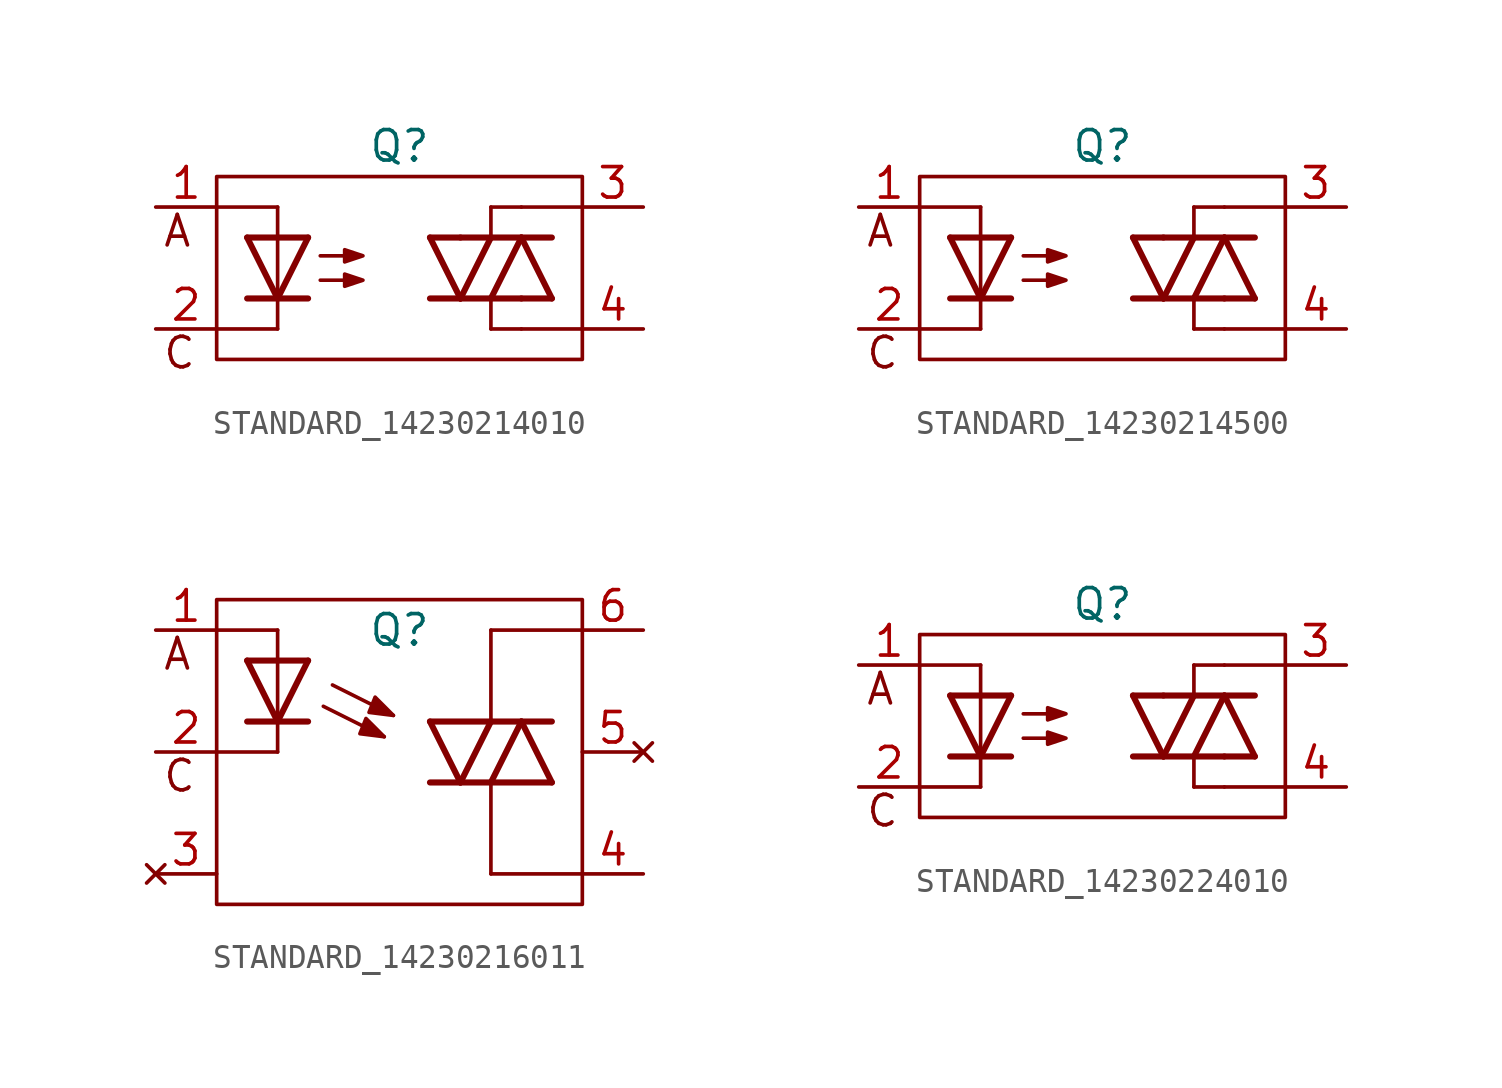
<source format=kicad_sym>
(kicad_symbol_lib
  (version 20220914)
  (generator kicad_symbol_editor)
  (symbol "STANDARD_14230214010"
    (pin_names hide)
    (property "Reference" "Q"
      (at 0 5.08 0)
      (effects (font (size 1.27 1.27))))
    (symbol "STANDARD_14230214010_0_0"
      (rectangle (start -7.62 3.81) (end 7.62 -3.81) (stroke (width 0) (type default)) (fill (type none)))
      (polyline (pts (xy -5.08 -2.54) (xy -7.62 -2.54)) (stroke (width 0.152) (type default)) (fill (type none)))
      (polyline (pts (xy -5.08 -1.27) (xy -6.35 -1.27)) (stroke (width 0.254) (type default)) (fill (type none)))
      (polyline (pts (xy -5.08 -1.27) (xy -6.35 1.27)) (stroke (width 0.254) (type default)) (fill (type none)))
      (polyline (pts (xy -5.08 -1.27) (xy -5.08 -2.54)) (stroke (width 0.152) (type default)) (fill (type none)))
      (polyline (pts (xy -5.08 1.27) (xy -6.35 1.27)) (stroke (width 0.254) (type default)) (fill (type none)))
      (polyline (pts (xy -5.08 1.27) (xy -5.08 -1.27)) (stroke (width 0.152) (type default)) (fill (type none)))
      (polyline (pts (xy -5.08 1.27) (xy -5.08 2.54)) (stroke (width 0.152) (type default)) (fill (type none)))
      (polyline (pts (xy -5.08 2.54) (xy -7.62 2.54)) (stroke (width 0.152) (type default)) (fill (type none)))
      (polyline (pts (xy -3.81 -1.27) (xy -5.08 -1.27)) (stroke (width 0.254) (type default)) (fill (type none)))
      (polyline (pts (xy -3.81 1.27) (xy -5.08 -1.27)) (stroke (width 0.254) (type default)) (fill (type none)))
      (polyline (pts (xy -3.81 1.27) (xy -5.08 1.27)) (stroke (width 0.254) (type default)) (fill (type none)))
      (polyline (pts (xy -3.302 -0.508) (xy -2.032 -0.508)) (stroke (width 0.152) (type default)) (fill (type none)))
      (polyline (pts (xy -3.302 0.508) (xy -2.032 0.508)) (stroke (width 0.152) (type default)) (fill (type none)))
      (polyline (pts (xy 2.54 -1.27) (xy 1.27 -1.27)) (stroke (width 0.254) (type default)) (fill (type none)))
      (polyline (pts (xy 2.54 -1.27) (xy 1.27 1.27)) (stroke (width 0.254) (type default)) (fill (type none)))
      (polyline (pts (xy 2.54 1.27) (xy 1.27 1.27)) (stroke (width 0.254) (type default)) (fill (type none)))
      (polyline (pts (xy 3.81 -2.54) (xy 5.08 -2.54)) (stroke (width 0.152) (type default)) (fill (type none)))
      (polyline (pts (xy 3.81 -1.27) (xy 2.54 -1.27)) (stroke (width 0.254) (type default)) (fill (type none)))
      (polyline (pts (xy 3.81 -1.27) (xy 3.81 -2.54)) (stroke (width 0.152) (type default)) (fill (type none)))
      (polyline (pts (xy 3.81 -1.27) (xy 5.08 -1.27)) (stroke (width 0.254) (type default)) (fill (type none)))
      (polyline (pts (xy 3.81 -1.27) (xy 5.08 1.27)) (stroke (width 0.254) (type default)) (fill (type none)))
      (polyline (pts (xy 3.81 1.27) (xy 2.54 -1.27)) (stroke (width 0.254) (type default)) (fill (type none)))
      (polyline (pts (xy 3.81 1.27) (xy 2.54 1.27)) (stroke (width 0.254) (type default)) (fill (type none)))
      (polyline (pts (xy 3.81 1.27) (xy 3.81 2.54)) (stroke (width 0.152) (type default)) (fill (type none)))
      (polyline (pts (xy 3.81 1.27) (xy 5.08 1.27)) (stroke (width 0.254) (type default)) (fill (type none)))
      (polyline (pts (xy 5.08 -1.27) (xy 6.35 -1.27)) (stroke (width 0.254) (type default)) (fill (type none)))
      (polyline (pts (xy 5.08 1.27) (xy 6.35 -1.27)) (stroke (width 0.254) (type default)) (fill (type none)))
      (polyline (pts (xy 5.08 1.27) (xy 6.35 1.27)) (stroke (width 0.254) (type default)) (fill (type none)))
      (polyline (pts (xy 5.08 2.54) (xy 3.81 2.54)) (stroke (width 0.152) (type default)) (fill (type none)))
      (polyline (pts (xy 7.62 -2.54) (xy 5.08 -2.54)) (stroke (width 0.152) (type default)) (fill (type none)))
      (polyline (pts (xy 7.62 2.54) (xy 5.08 2.54)) (stroke (width 0.152) (type default)) (fill (type none)))
      (polyline (pts (xy -2.286 -0.254) (xy -1.524 -0.508) (xy -2.286 -0.762) (xy -2.286 -0.254)) (stroke (width 0.152) (type default)) (fill (type outline)))
      (polyline (pts (xy -2.286 0.762) (xy -1.524 0.508) (xy -2.286 0.254) (xy -2.286 0.762)) (stroke (width 0.152) (type default)) (fill (type outline)))
      (text "A" (at -9.906 2.286 0) (effects (font (size 1.27 1.27)) (justify left top)))
      (text "C" (at -9.906 -2.794 0) (effects (font (size 1.27 1.27)) (justify left top))))
    (symbol "STANDARD_14230214010_1_0"
      (pin passive line (at -10.16 2.54 0) (length 2.54) (name "Anode" (effects (font (size 1.27 1.27)))) (number "1" (effects (font (size 1.27 1.27)))))
      (pin passive line (at -10.16 -2.54 0) (length 2.54) (name "Cathode" (effects (font (size 1.27 1.27)))) (number "2" (effects (font (size 1.27 1.27)))))
      (pin passive line (at 10.16 2.54 180) (length 2.54) (name "Teminal" (effects (font (size 1.27 1.27)))) (number "3" (effects (font (size 1.27 1.27)))))
      (pin passive line (at 10.16 -2.54 180) (length 2.54) (name "Teminal" (effects (font (size 1.27 1.27)))) (number "4" (effects (font (size 1.27 1.27)))))))
  (symbol "STANDARD_14230214500"
    (pin_names hide)
    (property "Reference" "Q"
      (at 0 5.08 0)
      (effects (font (size 1.27 1.27))))
    (symbol "STANDARD_14230214500_0_0"
      (rectangle (start -7.62 3.81) (end 7.62 -3.81) (stroke (width 0) (type default)) (fill (type none)))
      (polyline (pts (xy -5.08 -2.54) (xy -7.62 -2.54)) (stroke (width 0.152) (type default)) (fill (type none)))
      (polyline (pts (xy -5.08 -1.27) (xy -6.35 -1.27)) (stroke (width 0.254) (type default)) (fill (type none)))
      (polyline (pts (xy -5.08 -1.27) (xy -6.35 1.27)) (stroke (width 0.254) (type default)) (fill (type none)))
      (polyline (pts (xy -5.08 -1.27) (xy -5.08 -2.54)) (stroke (width 0.152) (type default)) (fill (type none)))
      (polyline (pts (xy -5.08 1.27) (xy -6.35 1.27)) (stroke (width 0.254) (type default)) (fill (type none)))
      (polyline (pts (xy -5.08 1.27) (xy -5.08 -1.27)) (stroke (width 0.152) (type default)) (fill (type none)))
      (polyline (pts (xy -5.08 1.27) (xy -5.08 2.54)) (stroke (width 0.152) (type default)) (fill (type none)))
      (polyline (pts (xy -5.08 2.54) (xy -7.62 2.54)) (stroke (width 0.152) (type default)) (fill (type none)))
      (polyline (pts (xy -3.81 -1.27) (xy -5.08 -1.27)) (stroke (width 0.254) (type default)) (fill (type none)))
      (polyline (pts (xy -3.81 1.27) (xy -5.08 -1.27)) (stroke (width 0.254) (type default)) (fill (type none)))
      (polyline (pts (xy -3.81 1.27) (xy -5.08 1.27)) (stroke (width 0.254) (type default)) (fill (type none)))
      (polyline (pts (xy -3.302 -0.508) (xy -2.032 -0.508)) (stroke (width 0.152) (type default)) (fill (type none)))
      (polyline (pts (xy -3.302 0.508) (xy -2.032 0.508)) (stroke (width 0.152) (type default)) (fill (type none)))
      (polyline (pts (xy 2.54 -1.27) (xy 1.27 -1.27)) (stroke (width 0.254) (type default)) (fill (type none)))
      (polyline (pts (xy 2.54 -1.27) (xy 1.27 1.27)) (stroke (width 0.254) (type default)) (fill (type none)))
      (polyline (pts (xy 2.54 1.27) (xy 1.27 1.27)) (stroke (width 0.254) (type default)) (fill (type none)))
      (polyline (pts (xy 3.81 -2.54) (xy 5.08 -2.54)) (stroke (width 0.152) (type default)) (fill (type none)))
      (polyline (pts (xy 3.81 -1.27) (xy 2.54 -1.27)) (stroke (width 0.254) (type default)) (fill (type none)))
      (polyline (pts (xy 3.81 -1.27) (xy 3.81 -2.54)) (stroke (width 0.152) (type default)) (fill (type none)))
      (polyline (pts (xy 3.81 -1.27) (xy 5.08 -1.27)) (stroke (width 0.254) (type default)) (fill (type none)))
      (polyline (pts (xy 3.81 -1.27) (xy 5.08 1.27)) (stroke (width 0.254) (type default)) (fill (type none)))
      (polyline (pts (xy 3.81 1.27) (xy 2.54 -1.27)) (stroke (width 0.254) (type default)) (fill (type none)))
      (polyline (pts (xy 3.81 1.27) (xy 2.54 1.27)) (stroke (width 0.254) (type default)) (fill (type none)))
      (polyline (pts (xy 3.81 1.27) (xy 3.81 2.54)) (stroke (width 0.152) (type default)) (fill (type none)))
      (polyline (pts (xy 3.81 1.27) (xy 5.08 1.27)) (stroke (width 0.254) (type default)) (fill (type none)))
      (polyline (pts (xy 5.08 -1.27) (xy 6.35 -1.27)) (stroke (width 0.254) (type default)) (fill (type none)))
      (polyline (pts (xy 5.08 1.27) (xy 6.35 -1.27)) (stroke (width 0.254) (type default)) (fill (type none)))
      (polyline (pts (xy 5.08 1.27) (xy 6.35 1.27)) (stroke (width 0.254) (type default)) (fill (type none)))
      (polyline (pts (xy 5.08 2.54) (xy 3.81 2.54)) (stroke (width 0.152) (type default)) (fill (type none)))
      (polyline (pts (xy 7.62 -2.54) (xy 5.08 -2.54)) (stroke (width 0.152) (type default)) (fill (type none)))
      (polyline (pts (xy 7.62 2.54) (xy 5.08 2.54)) (stroke (width 0.152) (type default)) (fill (type none)))
      (polyline (pts (xy -2.286 -0.254) (xy -1.524 -0.508) (xy -2.286 -0.762) (xy -2.286 -0.254)) (stroke (width 0.152) (type default)) (fill (type outline)))
      (polyline (pts (xy -2.286 0.762) (xy -1.524 0.508) (xy -2.286 0.254) (xy -2.286 0.762)) (stroke (width 0.152) (type default)) (fill (type outline)))
      (text "A" (at -9.906 2.286 0) (effects (font (size 1.27 1.27)) (justify left top)))
      (text "C" (at -9.906 -2.794 0) (effects (font (size 1.27 1.27)) (justify left top))))
    (symbol "STANDARD_14230214500_1_0"
      (pin passive line (at -10.16 2.54 0) (length 2.54) (name "Anode" (effects (font (size 1.27 1.27)))) (number "1" (effects (font (size 1.27 1.27)))))
      (pin passive line (at -10.16 -2.54 0) (length 2.54) (name "Cathode" (effects (font (size 1.27 1.27)))) (number "2" (effects (font (size 1.27 1.27)))))
      (pin passive line (at 10.16 2.54 180) (length 2.54) (name "Teminal" (effects (font (size 1.27 1.27)))) (number "3" (effects (font (size 1.27 1.27)))))
      (pin passive line (at 10.16 -2.54 180) (length 2.54) (name "Teminal" (effects (font (size 1.27 1.27)))) (number "4" (effects (font (size 1.27 1.27)))))))
  (symbol "STANDARD_14230216011"
    (pin_names hide)
    (property "Reference" "Q"
      (at 0 5.08 0)
      (effects (font (size 1.27 1.27))))
    (symbol "STANDARD_14230216011_0_0"
      (rectangle (start -7.62 6.35) (end 7.62 -6.35) (stroke (width 0) (type default)) (fill (type none)))
      (polyline (pts (xy -5.08 0) (xy -7.62 0)) (stroke (width 0.152) (type default)) (fill (type none)))
      (polyline (pts (xy -5.08 1.27) (xy -6.35 1.27)) (stroke (width 0.254) (type default)) (fill (type none)))
      (polyline (pts (xy -5.08 1.27) (xy -6.35 3.81)) (stroke (width 0.254) (type default)) (fill (type none)))
      (polyline (pts (xy -5.08 1.27) (xy -5.08 0)) (stroke (width 0.152) (type default)) (fill (type none)))
      (polyline (pts (xy -5.08 3.81) (xy -6.35 3.81)) (stroke (width 0.254) (type default)) (fill (type none)))
      (polyline (pts (xy -5.08 3.81) (xy -5.08 1.27)) (stroke (width 0.152) (type default)) (fill (type none)))
      (polyline (pts (xy -5.08 3.81) (xy -5.08 5.08)) (stroke (width 0.152) (type default)) (fill (type none)))
      (polyline (pts (xy -5.08 5.08) (xy -7.62 5.08)) (stroke (width 0.152) (type default)) (fill (type none)))
      (polyline (pts (xy -3.81 1.27) (xy -5.08 1.27)) (stroke (width 0.254) (type default)) (fill (type none)))
      (polyline (pts (xy -3.81 3.81) (xy -5.08 1.27)) (stroke (width 0.254) (type default)) (fill (type none)))
      (polyline (pts (xy -3.81 3.81) (xy -5.08 3.81)) (stroke (width 0.254) (type default)) (fill (type none)))
      (polyline (pts (xy -3.175 1.905) (xy -0.635 0.635)) (stroke (width 0.152) (type default)) (fill (type none)))
      (polyline (pts (xy -2.794 2.794) (xy -0.254 1.524)) (stroke (width 0.152) (type default)) (fill (type none)))
      (polyline (pts (xy 2.54 -1.27) (xy 1.27 -1.27)) (stroke (width 0.254) (type default)) (fill (type none)))
      (polyline (pts (xy 2.54 -1.27) (xy 1.27 1.27)) (stroke (width 0.254) (type default)) (fill (type none)))
      (polyline (pts (xy 3.81 -1.27) (xy 2.54 -1.27)) (stroke (width 0.254) (type default)) (fill (type none)))
      (polyline (pts (xy 3.81 -1.27) (xy 3.81 -5.08)) (stroke (width 0.152) (type default)) (fill (type none)))
      (polyline (pts (xy 3.81 -1.27) (xy 5.08 1.27)) (stroke (width 0.254) (type default)) (fill (type none)))
      (polyline (pts (xy 3.81 -1.27) (xy 6.35 -1.27)) (stroke (width 0.254) (type default)) (fill (type none)))
      (polyline (pts (xy 3.81 1.27) (xy 1.27 1.27)) (stroke (width 0.254) (type default)) (fill (type none)))
      (polyline (pts (xy 3.81 1.27) (xy 2.54 -1.27)) (stroke (width 0.254) (type default)) (fill (type none)))
      (polyline (pts (xy 3.81 1.27) (xy 3.81 5.08)) (stroke (width 0.152) (type default)) (fill (type none)))
      (polyline (pts (xy 3.81 1.27) (xy 5.08 1.27)) (stroke (width 0.254) (type default)) (fill (type none)))
      (polyline (pts (xy 5.08 1.27) (xy 6.35 -1.27)) (stroke (width 0.254) (type default)) (fill (type none)))
      (polyline (pts (xy 5.08 1.27) (xy 6.35 1.27)) (stroke (width 0.254) (type default)) (fill (type none)))
      (polyline (pts (xy 7.62 -5.08) (xy 3.81 -5.08)) (stroke (width 0.152) (type default)) (fill (type none)))
      (polyline (pts (xy 7.62 5.08) (xy 3.81 5.08)) (stroke (width 0.152) (type default)) (fill (type none)))
      (polyline (pts (xy -1.397 1.397) (xy -0.635 0.635) (xy -1.651 0.762) (xy -1.397 1.397)) (stroke (width 0.152) (type default)) (fill (type outline)))
      (polyline (pts (xy -1.016 2.286) (xy -0.254 1.524) (xy -1.27 1.651) (xy -1.016 2.286)) (stroke (width 0.152) (type default)) (fill (type outline)))
      (text "A" (at -9.906 4.826 0) (effects (font (size 1.27 1.27)) (justify left top)))
      (text "C" (at -9.906 -0.254 0) (effects (font (size 1.27 1.27)) (justify left top))))
    (symbol "STANDARD_14230216011_1_0"
      (pin passive line (at -10.16 5.08 0) (length 2.54) (name "Anode" (effects (font (size 1.27 1.27)))) (number "1" (effects (font (size 1.27 1.27)))))
      (pin passive line (at -10.16 0 0) (length 2.54) (name "Cathode" (effects (font (size 1.27 1.27)))) (number "2" (effects (font (size 1.27 1.27)))))
      (pin no_connect line (at -10.16 -5.08 0) (length 2.54) (name "NC" (effects (font (size 1.27 1.27)))) (number "3" (effects (font (size 1.27 1.27)))))
      (pin passive line (at 10.16 -5.08 180) (length 2.54) (name "Teminal" (effects (font (size 1.27 1.27)))) (number "4" (effects (font (size 1.27 1.27)))))
      (pin no_connect line (at 10.16 0 180) (length 2.54) (name "NC" (effects (font (size 1.27 1.27)))) (number "5" (effects (font (size 1.27 1.27)))))
      (pin passive line (at 10.16 5.08 180) (length 2.54) (name "Teminal" (effects (font (size 1.27 1.27)))) (number "6" (effects (font (size 1.27 1.27)))))))
  (symbol "STANDARD_14230224010"
    (pin_names hide)
    (property "Reference" "Q"
      (at 0 5.08 0)
      (effects (font (size 1.27 1.27))))
    (symbol "STANDARD_14230224010_0_0"
      (rectangle (start -7.62 3.81) (end 7.62 -3.81) (stroke (width 0) (type default)) (fill (type none)))
      (polyline (pts (xy -5.08 -2.54) (xy -7.62 -2.54)) (stroke (width 0.152) (type default)) (fill (type none)))
      (polyline (pts (xy -5.08 -1.27) (xy -6.35 -1.27)) (stroke (width 0.254) (type default)) (fill (type none)))
      (polyline (pts (xy -5.08 -1.27) (xy -6.35 1.27)) (stroke (width 0.254) (type default)) (fill (type none)))
      (polyline (pts (xy -5.08 -1.27) (xy -5.08 -2.54)) (stroke (width 0.152) (type default)) (fill (type none)))
      (polyline (pts (xy -5.08 1.27) (xy -6.35 1.27)) (stroke (width 0.254) (type default)) (fill (type none)))
      (polyline (pts (xy -5.08 1.27) (xy -5.08 -1.27)) (stroke (width 0.152) (type default)) (fill (type none)))
      (polyline (pts (xy -5.08 1.27) (xy -5.08 2.54)) (stroke (width 0.152) (type default)) (fill (type none)))
      (polyline (pts (xy -5.08 2.54) (xy -7.62 2.54)) (stroke (width 0.152) (type default)) (fill (type none)))
      (polyline (pts (xy -3.81 -1.27) (xy -5.08 -1.27)) (stroke (width 0.254) (type default)) (fill (type none)))
      (polyline (pts (xy -3.81 1.27) (xy -5.08 -1.27)) (stroke (width 0.254) (type default)) (fill (type none)))
      (polyline (pts (xy -3.81 1.27) (xy -5.08 1.27)) (stroke (width 0.254) (type default)) (fill (type none)))
      (polyline (pts (xy -3.302 -0.508) (xy -2.032 -0.508)) (stroke (width 0.152) (type default)) (fill (type none)))
      (polyline (pts (xy -3.302 0.508) (xy -2.032 0.508)) (stroke (width 0.152) (type default)) (fill (type none)))
      (polyline (pts (xy 2.54 -1.27) (xy 1.27 -1.27)) (stroke (width 0.254) (type default)) (fill (type none)))
      (polyline (pts (xy 2.54 -1.27) (xy 1.27 1.27)) (stroke (width 0.254) (type default)) (fill (type none)))
      (polyline (pts (xy 2.54 1.27) (xy 1.27 1.27)) (stroke (width 0.254) (type default)) (fill (type none)))
      (polyline (pts (xy 3.81 -2.54) (xy 5.08 -2.54)) (stroke (width 0.152) (type default)) (fill (type none)))
      (polyline (pts (xy 3.81 -1.27) (xy 2.54 -1.27)) (stroke (width 0.254) (type default)) (fill (type none)))
      (polyline (pts (xy 3.81 -1.27) (xy 3.81 -2.54)) (stroke (width 0.152) (type default)) (fill (type none)))
      (polyline (pts (xy 3.81 -1.27) (xy 5.08 -1.27)) (stroke (width 0.254) (type default)) (fill (type none)))
      (polyline (pts (xy 3.81 -1.27) (xy 5.08 1.27)) (stroke (width 0.254) (type default)) (fill (type none)))
      (polyline (pts (xy 3.81 1.27) (xy 2.54 -1.27)) (stroke (width 0.254) (type default)) (fill (type none)))
      (polyline (pts (xy 3.81 1.27) (xy 2.54 1.27)) (stroke (width 0.254) (type default)) (fill (type none)))
      (polyline (pts (xy 3.81 1.27) (xy 3.81 2.54)) (stroke (width 0.152) (type default)) (fill (type none)))
      (polyline (pts (xy 3.81 1.27) (xy 5.08 1.27)) (stroke (width 0.254) (type default)) (fill (type none)))
      (polyline (pts (xy 5.08 -1.27) (xy 6.35 -1.27)) (stroke (width 0.254) (type default)) (fill (type none)))
      (polyline (pts (xy 5.08 1.27) (xy 6.35 -1.27)) (stroke (width 0.254) (type default)) (fill (type none)))
      (polyline (pts (xy 5.08 1.27) (xy 6.35 1.27)) (stroke (width 0.254) (type default)) (fill (type none)))
      (polyline (pts (xy 5.08 2.54) (xy 3.81 2.54)) (stroke (width 0.152) (type default)) (fill (type none)))
      (polyline (pts (xy 7.62 -2.54) (xy 5.08 -2.54)) (stroke (width 0.152) (type default)) (fill (type none)))
      (polyline (pts (xy 7.62 2.54) (xy 5.08 2.54)) (stroke (width 0.152) (type default)) (fill (type none)))
      (polyline (pts (xy -2.286 -0.254) (xy -1.524 -0.508) (xy -2.286 -0.762) (xy -2.286 -0.254)) (stroke (width 0.152) (type default)) (fill (type outline)))
      (polyline (pts (xy -2.286 0.762) (xy -1.524 0.508) (xy -2.286 0.254) (xy -2.286 0.762)) (stroke (width 0.152) (type default)) (fill (type outline)))
      (text "A" (at -9.906 2.286 0) (effects (font (size 1.27 1.27)) (justify left top)))
      (text "C" (at -9.906 -2.794 0) (effects (font (size 1.27 1.27)) (justify left top))))
    (symbol "STANDARD_14230224010_1_0"
      (pin passive line (at -10.16 2.54 0) (length 2.54) (name "Anode" (effects (font (size 1.27 1.27)))) (number "1" (effects (font (size 1.27 1.27)))))
      (pin passive line (at -10.16 -2.54 0) (length 2.54) (name "Cathode" (effects (font (size 1.27 1.27)))) (number "2" (effects (font (size 1.27 1.27)))))
      (pin passive line (at 10.16 2.54 180) (length 2.54) (name "Teminal" (effects (font (size 1.27 1.27)))) (number "3" (effects (font (size 1.27 1.27)))))
      (pin passive line (at 10.16 -2.54 180) (length 2.54) (name "Teminal" (effects (font (size 1.27 1.27)))) (number "4" (effects (font (size 1.27 1.27))))))))
</source>
